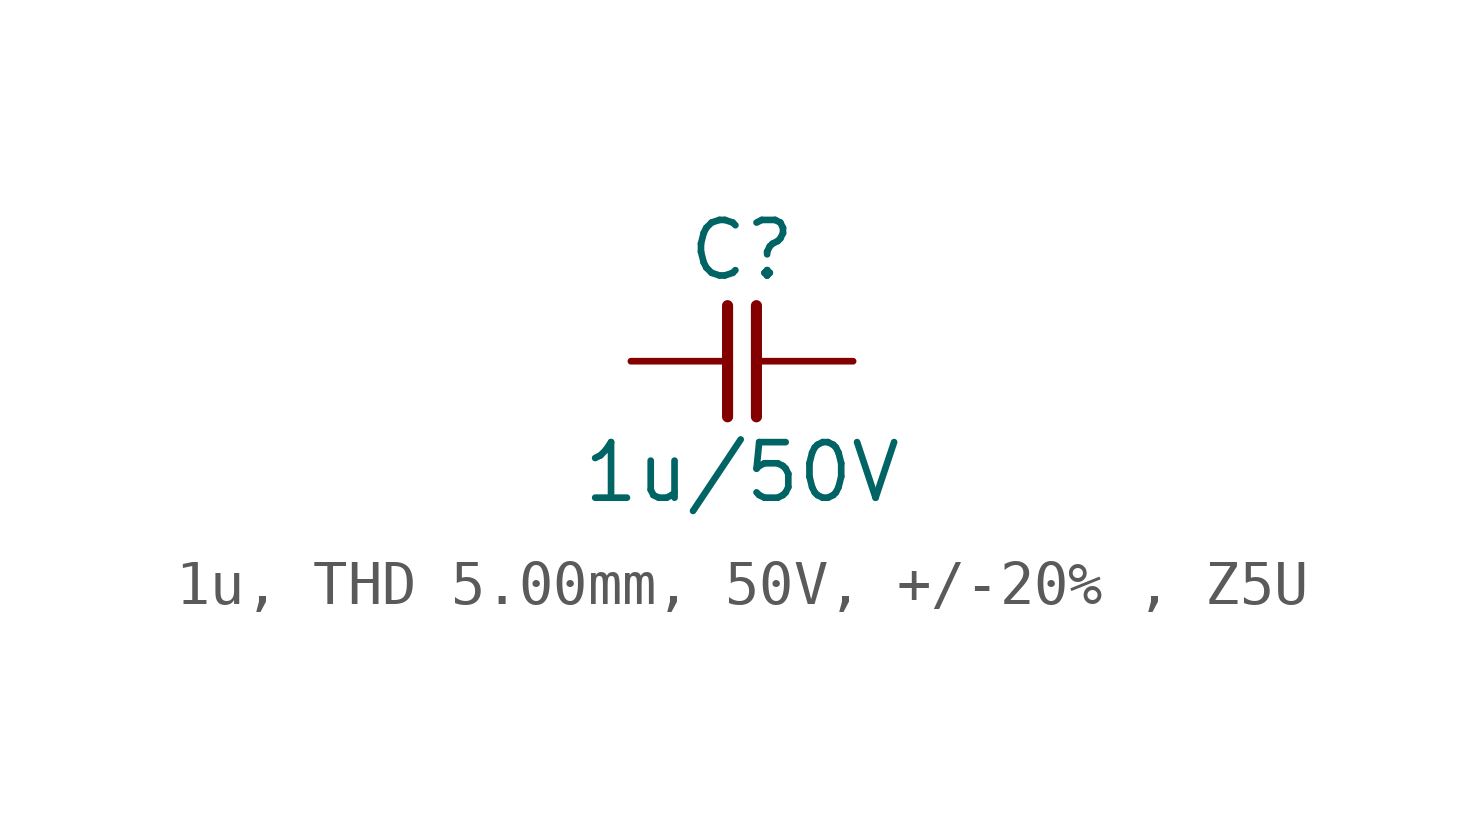
<source format=kicad_sym>
(kicad_symbol_lib
  (version 20231120)
  (generator "kicad_symbol_editor")
  (generator_version "8.0")
  (symbol "1u, THD 5.00mm, 50V, +/-20% , Z5U"
    (pin_numbers hide)
    (pin_names
      (offset 0) hide)
    (property "Reference" "C"
      (at 0 2.54 0)
      (effects (font (size 1.27 1.27))))
    (property "Value" "1u/50V"
      (at 0 -2.54 0)
      (effects (font (size 1.27 1.27))))
    (symbol "1u, THD 5.00mm, 50V, +/-20% , Z5U_0_1"
      (polyline (pts (xy -0.33 1.27) (xy -0.33 -1.27)) (stroke (width 0.254) (type default)) (fill (type none)))
      (polyline (pts (xy 0.33 1.27) (xy 0.33 -1.27)) (stroke (width 0.254) (type default)) (fill (type none))))
    (symbol "1u, THD 5.00mm, 50V, +/-20% , Z5U_1_1"
      (pin passive line (at -2.54 0 0) (length 2.21) (name "1" (effects (font (size 1.27 1.27)))) (number "1" (effects (font (size 1.27 1.27)))))
      (pin passive line (at 2.54 0 180) (length 2.21) (name "2" (effects (font (size 1.27 1.27)))) (number "2" (effects (font (size 1.27 1.27))))))))
</source>
